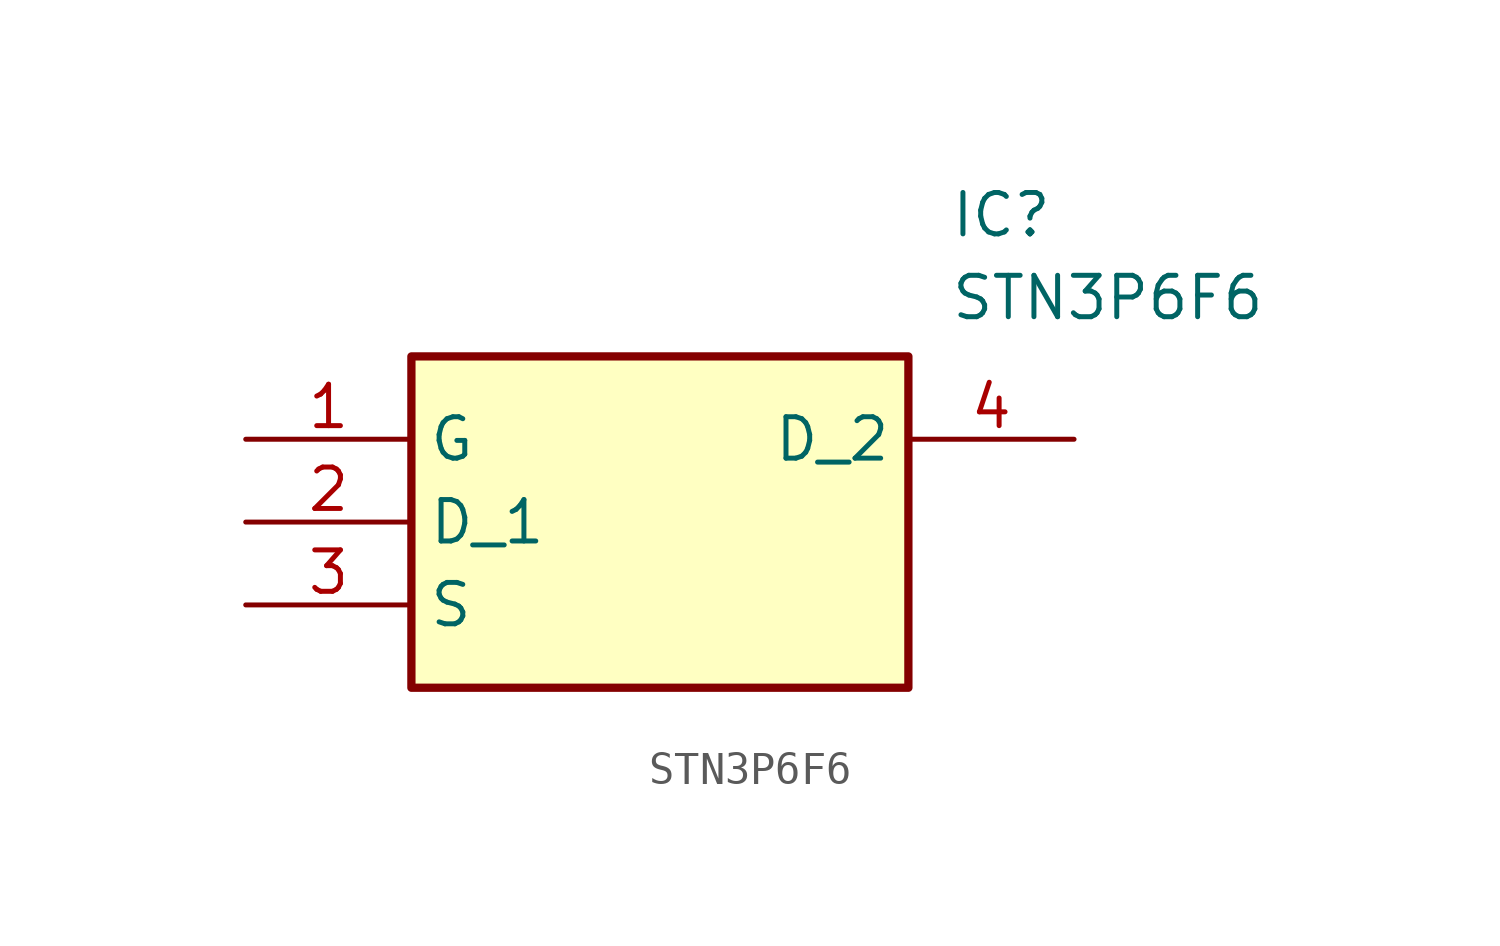
<source format=kicad_sym>
(kicad_symbol_lib
  (version 20211014)
  (generator SamacSys_ECAD_Model)
  (symbol "STN3P6F6"
    (property "Reference" "IC"
      (at 21.59 7.62 0)
      (effects (font (size 1.27 1.27)) (justify left top)))
    (property "Value" "STN3P6F6"
      (at 21.59 5.08 0)
      (effects (font (size 1.27 1.27)) (justify left top)))
    (rectangle
      (start 5.08 2.54)
      (end 20.32 -7.62)
      (stroke (width 0.254) (type default))
      (fill (type background)))
    (pin passive line
      (at 0 0 0)
      (length 5.08)
      (name "G" (effects (font (size 1.27 1.27))))
      (number "1" (effects (font (size 1.27 1.27)))))
    (pin passive line
      (at 0 -2.54 0)
      (length 5.08)
      (name "D_1" (effects (font (size 1.27 1.27))))
      (number "2" (effects (font (size 1.27 1.27)))))
    (pin passive line
      (at 0 -5.08 0)
      (length 5.08)
      (name "S" (effects (font (size 1.27 1.27))))
      (number "3" (effects (font (size 1.27 1.27)))))
    (pin passive line
      (at 25.4 0 180)
      (length 5.08)
      (name "D_2" (effects (font (size 1.27 1.27))))
      (number "4" (effects (font (size 1.27 1.27)))))))
</source>
